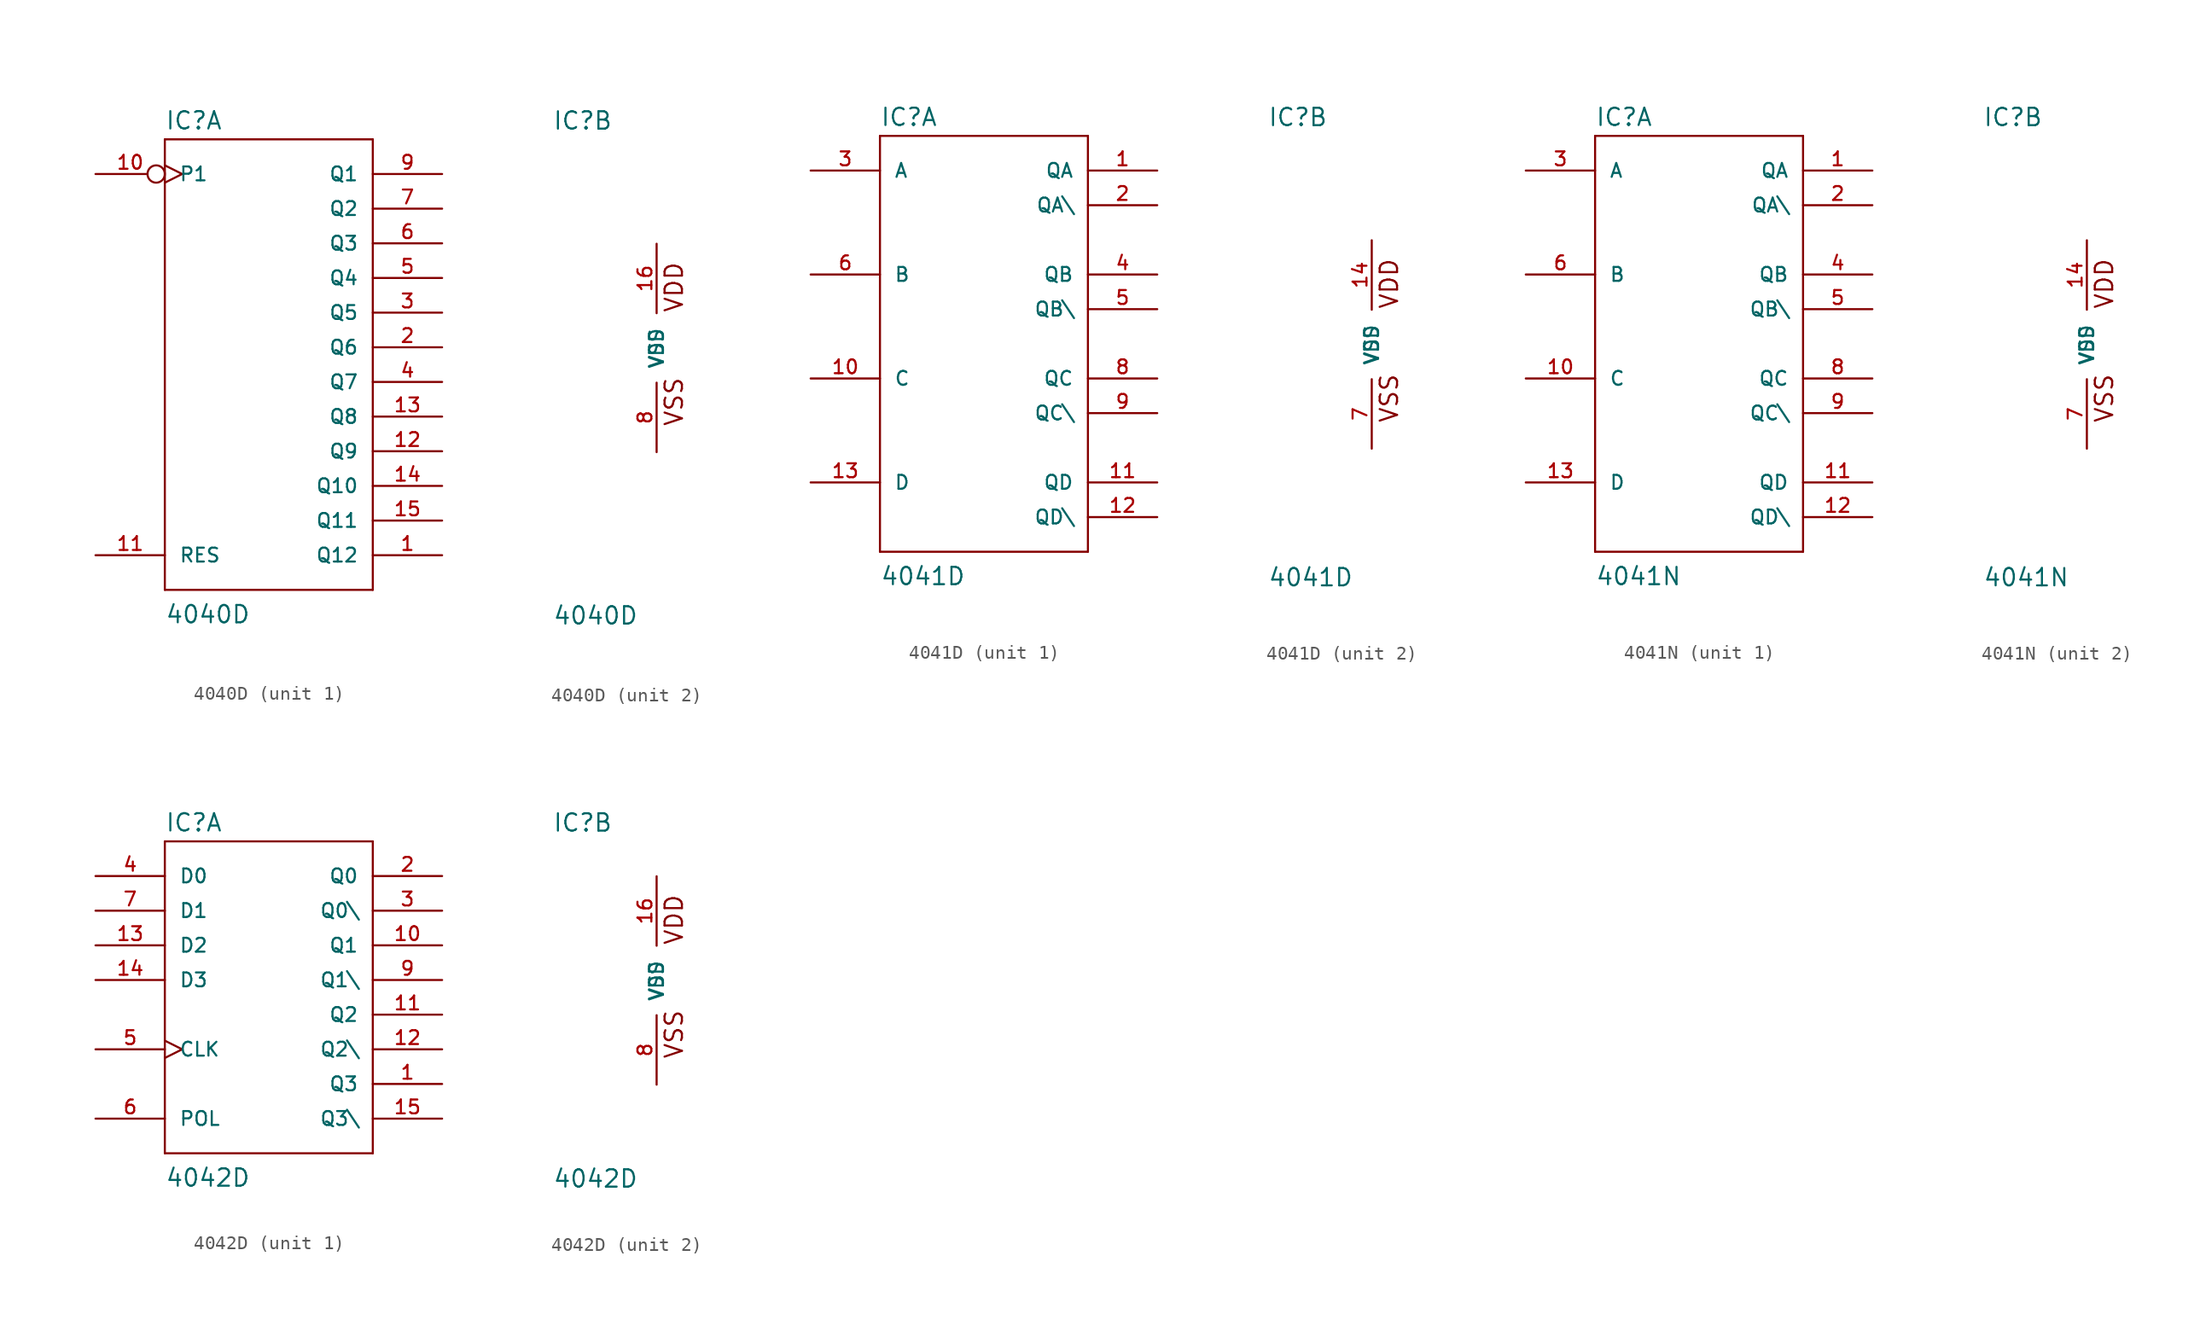
<source format=kicad_sym>
(kicad_symbol_lib
  (version 20211014)
  (generator kicad_symbol_editor)
  (symbol "4040D"
    (pin_names
      (offset 1.016))
    (property "Reference" "IC"
      (at -7.62 15.875 0)
      (effects (font (size 1.27 1.27)) (justify left bottom)))
    (property "Value" "4040D"
      (at -7.62 -20.32 0)
      (effects (font (size 1.27 1.27)) (justify left bottom)))
    (property "ki_locked" ""
      (at 0 0 0)
      (effects (font (size 1.27 1.27))))
    (symbol "4040D_1_0"
      (polyline (pts (xy -7.62 -17.78) (xy 7.62 -17.78)) (stroke (width 0) (type default) (color 0 0 0 0)) (fill (type none)))
      (polyline (pts (xy -7.62 15.24) (xy -7.62 -17.78)) (stroke (width 0) (type default) (color 0 0 0 0)) (fill (type none)))
      (polyline (pts (xy 7.62 -17.78) (xy 7.62 15.24)) (stroke (width 0) (type default) (color 0 0 0 0)) (fill (type none)))
      (polyline (pts (xy 7.62 15.24) (xy -7.62 15.24)) (stroke (width 0) (type default) (color 0 0 0 0)) (fill (type none))))
    (symbol "4040D_1_1"
      (pin output line (at 12.7 -15.24 180) (length 5.08) (name "Q12" (effects (font (size 1.016 1.016)))) (number "1" (effects (font (size 1.016 1.016)))))
      (pin input inverted_clock (at -12.7 12.7 0) (length 5.08) (name "P1" (effects (font (size 1.016 1.016)))) (number "10" (effects (font (size 1.016 1.016)))))
      (pin input line (at -12.7 -15.24 0) (length 5.08) (name "RES" (effects (font (size 1.016 1.016)))) (number "11" (effects (font (size 1.016 1.016)))))
      (pin output line (at 12.7 -7.62 180) (length 5.08) (name "Q9" (effects (font (size 1.016 1.016)))) (number "12" (effects (font (size 1.016 1.016)))))
      (pin output line (at 12.7 -5.08 180) (length 5.08) (name "Q8" (effects (font (size 1.016 1.016)))) (number "13" (effects (font (size 1.016 1.016)))))
      (pin output line (at 12.7 -10.16 180) (length 5.08) (name "Q10" (effects (font (size 1.016 1.016)))) (number "14" (effects (font (size 1.016 1.016)))))
      (pin output line (at 12.7 -12.7 180) (length 5.08) (name "Q11" (effects (font (size 1.016 1.016)))) (number "15" (effects (font (size 1.016 1.016)))))
      (pin output line (at 12.7 0 180) (length 5.08) (name "Q6" (effects (font (size 1.016 1.016)))) (number "2" (effects (font (size 1.016 1.016)))))
      (pin output line (at 12.7 2.54 180) (length 5.08) (name "Q5" (effects (font (size 1.016 1.016)))) (number "3" (effects (font (size 1.016 1.016)))))
      (pin output line (at 12.7 -2.54 180) (length 5.08) (name "Q7" (effects (font (size 1.016 1.016)))) (number "4" (effects (font (size 1.016 1.016)))))
      (pin output line (at 12.7 5.08 180) (length 5.08) (name "Q4" (effects (font (size 1.016 1.016)))) (number "5" (effects (font (size 1.016 1.016)))))
      (pin output line (at 12.7 7.62 180) (length 5.08) (name "Q3" (effects (font (size 1.016 1.016)))) (number "6" (effects (font (size 1.016 1.016)))))
      (pin output line (at 12.7 10.16 180) (length 5.08) (name "Q2" (effects (font (size 1.016 1.016)))) (number "7" (effects (font (size 1.016 1.016)))))
      (pin output line (at 12.7 12.7 180) (length 5.08) (name "Q1" (effects (font (size 1.016 1.016)))) (number "9" (effects (font (size 1.016 1.016))))))
    (symbol "4040D_2_0"
      (text "VDD" (at 1.27 4.445 1) (effects (font (size 1.27 1.27))))
      (text "VSS" (at 1.27 -3.937 1) (effects (font (size 1.27 1.27)))))
    (symbol "4040D_2_1"
      (pin power_in line (at 0 7.62 270) (length 5.08) (name "VDD" (effects (font (size 1.016 1.016)))) (number "16" (effects (font (size 1.016 1.016)))))
      (pin power_in line (at 0 -7.62 90) (length 5.08) (name "VSS" (effects (font (size 1.016 1.016)))) (number "8" (effects (font (size 1.016 1.016)))))))
  (symbol "4041D"
    (pin_names
      (offset 1.016))
    (property "Reference" "IC"
      (at -7.62 15.875 0)
      (effects (font (size 1.27 1.27)) (justify left bottom)))
    (property "Value" "4041D"
      (at -7.62 -17.78 0)
      (effects (font (size 1.27 1.27)) (justify left bottom)))
    (property "ki_locked" ""
      (at 0 0 0)
      (effects (font (size 1.27 1.27))))
    (symbol "4041D_1_0"
      (polyline (pts (xy -7.62 -15.24) (xy 7.62 -15.24)) (stroke (width 0) (type default) (color 0 0 0 0)) (fill (type none)))
      (polyline (pts (xy -7.62 15.24) (xy -7.62 -15.24)) (stroke (width 0) (type default) (color 0 0 0 0)) (fill (type none)))
      (polyline (pts (xy 7.62 -15.24) (xy 7.62 15.24)) (stroke (width 0) (type default) (color 0 0 0 0)) (fill (type none)))
      (polyline (pts (xy 7.62 15.24) (xy -7.62 15.24)) (stroke (width 0) (type default) (color 0 0 0 0)) (fill (type none))))
    (symbol "4041D_1_1"
      (pin output line (at 12.7 12.7 180) (length 5.08) (name "QA" (effects (font (size 1.016 1.016)))) (number "1" (effects (font (size 1.016 1.016)))))
      (pin input line (at -12.7 -2.54 0) (length 5.08) (name "C" (effects (font (size 1.016 1.016)))) (number "10" (effects (font (size 1.016 1.016)))))
      (pin output line (at 12.7 -10.16 180) (length 5.08) (name "QD" (effects (font (size 1.016 1.016)))) (number "11" (effects (font (size 1.016 1.016)))))
      (pin output line (at 12.7 -12.7 180) (length 5.08) (name "QD\\" (effects (font (size 1.016 1.016)))) (number "12" (effects (font (size 1.016 1.016)))))
      (pin input line (at -12.7 -10.16 0) (length 5.08) (name "D" (effects (font (size 1.016 1.016)))) (number "13" (effects (font (size 1.016 1.016)))))
      (pin output line (at 12.7 10.16 180) (length 5.08) (name "QA\\" (effects (font (size 1.016 1.016)))) (number "2" (effects (font (size 1.016 1.016)))))
      (pin input line (at -12.7 12.7 0) (length 5.08) (name "A" (effects (font (size 1.016 1.016)))) (number "3" (effects (font (size 1.016 1.016)))))
      (pin output line (at 12.7 5.08 180) (length 5.08) (name "QB" (effects (font (size 1.016 1.016)))) (number "4" (effects (font (size 1.016 1.016)))))
      (pin output line (at 12.7 2.54 180) (length 5.08) (name "QB\\" (effects (font (size 1.016 1.016)))) (number "5" (effects (font (size 1.016 1.016)))))
      (pin input line (at -12.7 5.08 0) (length 5.08) (name "B" (effects (font (size 1.016 1.016)))) (number "6" (effects (font (size 1.016 1.016)))))
      (pin output line (at 12.7 -2.54 180) (length 5.08) (name "QC" (effects (font (size 1.016 1.016)))) (number "8" (effects (font (size 1.016 1.016)))))
      (pin output line (at 12.7 -5.08 180) (length 5.08) (name "QC\\" (effects (font (size 1.016 1.016)))) (number "9" (effects (font (size 1.016 1.016))))))
    (symbol "4041D_2_0"
      (text "VDD" (at 1.27 4.445 1) (effects (font (size 1.27 1.27))))
      (text "VSS" (at 1.27 -3.937 1) (effects (font (size 1.27 1.27)))))
    (symbol "4041D_2_1"
      (pin power_in line (at 0 7.62 270) (length 5.08) (name "VDD" (effects (font (size 1.016 1.016)))) (number "14" (effects (font (size 1.016 1.016)))))
      (pin power_in line (at 0 -7.62 90) (length 5.08) (name "VSS" (effects (font (size 1.016 1.016)))) (number "7" (effects (font (size 1.016 1.016)))))))
  (symbol "4041N"
    (pin_names
      (offset 1.016))
    (property "Reference" "IC"
      (at -7.62 15.875 0)
      (effects (font (size 1.27 1.27)) (justify left bottom)))
    (property "Value" "4041N"
      (at -7.62 -17.78 0)
      (effects (font (size 1.27 1.27)) (justify left bottom)))
    (property "ki_locked" ""
      (at 0 0 0)
      (effects (font (size 1.27 1.27))))
    (symbol "4041N_1_0"
      (polyline (pts (xy -7.62 -15.24) (xy 7.62 -15.24)) (stroke (width 0) (type default) (color 0 0 0 0)) (fill (type none)))
      (polyline (pts (xy -7.62 15.24) (xy -7.62 -15.24)) (stroke (width 0) (type default) (color 0 0 0 0)) (fill (type none)))
      (polyline (pts (xy 7.62 -15.24) (xy 7.62 15.24)) (stroke (width 0) (type default) (color 0 0 0 0)) (fill (type none)))
      (polyline (pts (xy 7.62 15.24) (xy -7.62 15.24)) (stroke (width 0) (type default) (color 0 0 0 0)) (fill (type none))))
    (symbol "4041N_1_1"
      (pin output line (at 12.7 12.7 180) (length 5.08) (name "QA" (effects (font (size 1.016 1.016)))) (number "1" (effects (font (size 1.016 1.016)))))
      (pin input line (at -12.7 -2.54 0) (length 5.08) (name "C" (effects (font (size 1.016 1.016)))) (number "10" (effects (font (size 1.016 1.016)))))
      (pin output line (at 12.7 -10.16 180) (length 5.08) (name "QD" (effects (font (size 1.016 1.016)))) (number "11" (effects (font (size 1.016 1.016)))))
      (pin output line (at 12.7 -12.7 180) (length 5.08) (name "QD\\" (effects (font (size 1.016 1.016)))) (number "12" (effects (font (size 1.016 1.016)))))
      (pin input line (at -12.7 -10.16 0) (length 5.08) (name "D" (effects (font (size 1.016 1.016)))) (number "13" (effects (font (size 1.016 1.016)))))
      (pin output line (at 12.7 10.16 180) (length 5.08) (name "QA\\" (effects (font (size 1.016 1.016)))) (number "2" (effects (font (size 1.016 1.016)))))
      (pin input line (at -12.7 12.7 0) (length 5.08) (name "A" (effects (font (size 1.016 1.016)))) (number "3" (effects (font (size 1.016 1.016)))))
      (pin output line (at 12.7 5.08 180) (length 5.08) (name "QB" (effects (font (size 1.016 1.016)))) (number "4" (effects (font (size 1.016 1.016)))))
      (pin output line (at 12.7 2.54 180) (length 5.08) (name "QB\\" (effects (font (size 1.016 1.016)))) (number "5" (effects (font (size 1.016 1.016)))))
      (pin input line (at -12.7 5.08 0) (length 5.08) (name "B" (effects (font (size 1.016 1.016)))) (number "6" (effects (font (size 1.016 1.016)))))
      (pin output line (at 12.7 -2.54 180) (length 5.08) (name "QC" (effects (font (size 1.016 1.016)))) (number "8" (effects (font (size 1.016 1.016)))))
      (pin output line (at 12.7 -5.08 180) (length 5.08) (name "QC\\" (effects (font (size 1.016 1.016)))) (number "9" (effects (font (size 1.016 1.016))))))
    (symbol "4041N_2_0"
      (text "VDD" (at 1.27 4.445 1) (effects (font (size 1.27 1.27))))
      (text "VSS" (at 1.27 -3.937 1) (effects (font (size 1.27 1.27)))))
    (symbol "4041N_2_1"
      (pin power_in line (at 0 7.62 270) (length 5.08) (name "VDD" (effects (font (size 1.016 1.016)))) (number "14" (effects (font (size 1.016 1.016)))))
      (pin power_in line (at 0 -7.62 90) (length 5.08) (name "VSS" (effects (font (size 1.016 1.016)))) (number "7" (effects (font (size 1.016 1.016)))))))
  (symbol "4042D"
    (pin_names
      (offset 1.016))
    (property "Reference" "IC"
      (at -7.62 10.795 0)
      (effects (font (size 1.27 1.27)) (justify left bottom)))
    (property "Value" "4042D"
      (at -7.62 -15.24 0)
      (effects (font (size 1.27 1.27)) (justify left bottom)))
    (property "ki_locked" ""
      (at 0 0 0)
      (effects (font (size 1.27 1.27))))
    (symbol "4042D_1_0"
      (polyline (pts (xy -7.62 -12.7) (xy 7.62 -12.7)) (stroke (width 0) (type default) (color 0 0 0 0)) (fill (type none)))
      (polyline (pts (xy -7.62 10.16) (xy -7.62 -12.7)) (stroke (width 0) (type default) (color 0 0 0 0)) (fill (type none)))
      (polyline (pts (xy 7.62 -12.7) (xy 7.62 10.16)) (stroke (width 0) (type default) (color 0 0 0 0)) (fill (type none)))
      (polyline (pts (xy 7.62 10.16) (xy -7.62 10.16)) (stroke (width 0) (type default) (color 0 0 0 0)) (fill (type none))))
    (symbol "4042D_1_1"
      (pin output line (at 12.7 -7.62 180) (length 5.08) (name "Q3" (effects (font (size 1.016 1.016)))) (number "1" (effects (font (size 1.016 1.016)))))
      (pin output line (at 12.7 2.54 180) (length 5.08) (name "Q1" (effects (font (size 1.016 1.016)))) (number "10" (effects (font (size 1.016 1.016)))))
      (pin output line (at 12.7 -2.54 180) (length 5.08) (name "Q2" (effects (font (size 1.016 1.016)))) (number "11" (effects (font (size 1.016 1.016)))))
      (pin output line (at 12.7 -5.08 180) (length 5.08) (name "Q2\\" (effects (font (size 1.016 1.016)))) (number "12" (effects (font (size 1.016 1.016)))))
      (pin input line (at -12.7 2.54 0) (length 5.08) (name "D2" (effects (font (size 1.016 1.016)))) (number "13" (effects (font (size 1.016 1.016)))))
      (pin input line (at -12.7 0 0) (length 5.08) (name "D3" (effects (font (size 1.016 1.016)))) (number "14" (effects (font (size 1.016 1.016)))))
      (pin output line (at 12.7 -10.16 180) (length 5.08) (name "Q3\\" (effects (font (size 1.016 1.016)))) (number "15" (effects (font (size 1.016 1.016)))))
      (pin output line (at 12.7 7.62 180) (length 5.08) (name "Q0" (effects (font (size 1.016 1.016)))) (number "2" (effects (font (size 1.016 1.016)))))
      (pin output line (at 12.7 5.08 180) (length 5.08) (name "Q0\\" (effects (font (size 1.016 1.016)))) (number "3" (effects (font (size 1.016 1.016)))))
      (pin input line (at -12.7 7.62 0) (length 5.08) (name "D0" (effects (font (size 1.016 1.016)))) (number "4" (effects (font (size 1.016 1.016)))))
      (pin input clock (at -12.7 -5.08 0) (length 5.08) (name "CLK" (effects (font (size 1.016 1.016)))) (number "5" (effects (font (size 1.016 1.016)))))
      (pin input line (at -12.7 -10.16 0) (length 5.08) (name "POL" (effects (font (size 1.016 1.016)))) (number "6" (effects (font (size 1.016 1.016)))))
      (pin input line (at -12.7 5.08 0) (length 5.08) (name "D1" (effects (font (size 1.016 1.016)))) (number "7" (effects (font (size 1.016 1.016)))))
      (pin output line (at 12.7 0 180) (length 5.08) (name "Q1\\" (effects (font (size 1.016 1.016)))) (number "9" (effects (font (size 1.016 1.016))))))
    (symbol "4042D_2_0"
      (text "VDD" (at 1.27 4.445 1) (effects (font (size 1.27 1.27))))
      (text "VSS" (at 1.27 -3.937 1) (effects (font (size 1.27 1.27)))))
    (symbol "4042D_2_1"
      (pin power_in line (at 0 7.62 270) (length 5.08) (name "VDD" (effects (font (size 1.016 1.016)))) (number "16" (effects (font (size 1.016 1.016)))))
      (pin power_in line (at 0 -7.62 90) (length 5.08) (name "VSS" (effects (font (size 1.016 1.016)))) (number "8" (effects (font (size 1.016 1.016))))))))
</source>
